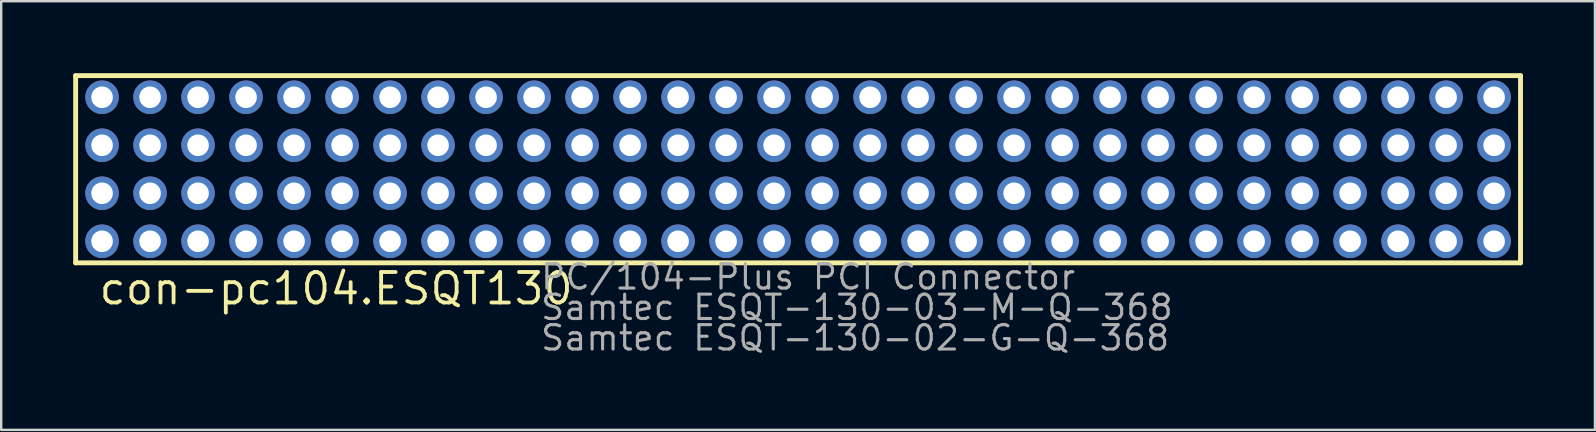
<source format=kicad_pcb>
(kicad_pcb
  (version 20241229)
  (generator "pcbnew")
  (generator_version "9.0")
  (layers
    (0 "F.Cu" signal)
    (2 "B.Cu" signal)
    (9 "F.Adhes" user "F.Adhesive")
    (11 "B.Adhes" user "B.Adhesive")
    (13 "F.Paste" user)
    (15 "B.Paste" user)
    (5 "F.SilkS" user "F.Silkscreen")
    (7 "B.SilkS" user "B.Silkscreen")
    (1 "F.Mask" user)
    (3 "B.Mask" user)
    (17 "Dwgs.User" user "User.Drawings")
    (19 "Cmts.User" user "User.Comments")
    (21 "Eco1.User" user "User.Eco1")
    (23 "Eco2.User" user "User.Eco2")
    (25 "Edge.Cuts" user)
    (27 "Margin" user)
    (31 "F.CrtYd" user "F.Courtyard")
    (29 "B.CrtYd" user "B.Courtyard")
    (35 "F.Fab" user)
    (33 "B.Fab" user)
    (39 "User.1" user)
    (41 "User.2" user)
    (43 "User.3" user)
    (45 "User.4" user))
  (footprint "con-pc104.ESQT130"
    (layer "F.Cu")
    (at 30.202 4.002)
    (property "Reference" "con-pc104.ESQT130" (at -29.21 5.715 0) (layer "F.SilkS") (effects (font (size 1.27 1.27) (thickness 0.16)) (justify left bottom)))
    (attr through_hole)
    (fp_line (start -30.1 -3.9) (end 30.1 -3.9) (stroke (width 0.203) (type default)) (layer "F.SilkS"))
    (fp_line (start -30.1 3.9) (end -30.1 -3.9) (stroke (width 0.203) (type default)) (layer "F.SilkS"))
    (fp_line (start 30.1 -3.9) (end 30.1 3.9) (stroke (width 0.203) (type default)) (layer "F.SilkS"))
    (fp_line (start 30.1 3.9) (end -30.1 3.9) (stroke (width 0.203) (type default)) (layer "F.SilkS"))
    (fp_text user "Samtec ESQT-130-03-M-Q-368" (at -10.795 6.35 0) (layer "F.Fab") (effects (font (size 1.016 1.016) (thickness 0.13)) (justify left bottom)))
    (fp_text user "PC/104-Plus PCI Connector" (at -10.795 5.08 0) (layer "F.Fab") (effects (font (size 1.016 1.016) (thickness 0.13)) (justify left bottom)))
    (fp_text user "Samtec ESQT-130-02-G-Q-368" (at -10.795 7.62 0) (layer "F.Fab") (effects (font (size 1.016 1.016) (thickness 0.13)) (justify left bottom)))
    (pad "A1" thru_hole circle (at -29 3) (size 1.397 1.397) (drill 0.9) (layers "*.Cu" "*.Mask"))
    (pad "A2" thru_hole circle (at -27 3) (size 1.397 1.397) (drill 0.9) (layers "*.Cu" "*.Mask"))
    (pad "A3" thru_hole circle (at -25 3) (size 1.397 1.397) (drill 0.9) (layers "*.Cu" "*.Mask"))
    (pad "A4" thru_hole circle (at -23 3) (size 1.397 1.397) (drill 0.9) (layers "*.Cu" "*.Mask"))
    (pad "A5" thru_hole circle (at -21 3) (size 1.397 1.397) (drill 0.9) (layers "*.Cu" "*.Mask"))
    (pad "A6" thru_hole circle (at -19 3) (size 1.397 1.397) (drill 0.9) (layers "*.Cu" "*.Mask"))
    (pad "A7" thru_hole circle (at -17 3) (size 1.397 1.397) (drill 0.9) (layers "*.Cu" "*.Mask"))
    (pad "A8" thru_hole circle (at -15 3) (size 1.397 1.397) (drill 0.9) (layers "*.Cu" "*.Mask"))
    (pad "A9" thru_hole circle (at -13 3) (size 1.397 1.397) (drill 0.9) (layers "*.Cu" "*.Mask"))
    (pad "A10" thru_hole circle (at -11 3) (size 1.397 1.397) (drill 0.9) (layers "*.Cu" "*.Mask"))
    (pad "A11" thru_hole circle (at -9 3) (size 1.397 1.397) (drill 0.9) (layers "*.Cu" "*.Mask"))
    (pad "A12" thru_hole circle (at -7 3) (size 1.397 1.397) (drill 0.9) (layers "*.Cu" "*.Mask"))
    (pad "A13" thru_hole circle (at -5 3) (size 1.397 1.397) (drill 0.9) (layers "*.Cu" "*.Mask"))
    (pad "A14" thru_hole circle (at -3 3) (size 1.397 1.397) (drill 0.9) (layers "*.Cu" "*.Mask"))
    (pad "A15" thru_hole circle (at -1 3) (size 1.397 1.397) (drill 0.9) (layers "*.Cu" "*.Mask"))
    (pad "A16" thru_hole circle (at 1 3) (size 1.397 1.397) (drill 0.9) (layers "*.Cu" "*.Mask"))
    (pad "A17" thru_hole circle (at 3 3) (size 1.397 1.397) (drill 0.9) (layers "*.Cu" "*.Mask"))
    (pad "A18" thru_hole circle (at 5 3) (size 1.397 1.397) (drill 0.9) (layers "*.Cu" "*.Mask"))
    (pad "A19" thru_hole circle (at 7 3) (size 1.397 1.397) (drill 0.9) (layers "*.Cu" "*.Mask"))
    (pad "A20" thru_hole circle (at 9 3) (size 1.397 1.397) (drill 0.9) (layers "*.Cu" "*.Mask"))
    (pad "A21" thru_hole circle (at 11 3) (size 1.397 1.397) (drill 0.9) (layers "*.Cu" "*.Mask"))
    (pad "A22" thru_hole circle (at 13 3) (size 1.397 1.397) (drill 0.9) (layers "*.Cu" "*.Mask"))
    (pad "A23" thru_hole circle (at 15 3) (size 1.397 1.397) (drill 0.9) (layers "*.Cu" "*.Mask"))
    (pad "A24" thru_hole circle (at 17 3) (size 1.397 1.397) (drill 0.9) (layers "*.Cu" "*.Mask"))
    (pad "A25" thru_hole circle (at 19 3) (size 1.397 1.397) (drill 0.9) (layers "*.Cu" "*.Mask"))
    (pad "A26" thru_hole circle (at 21 3) (size 1.397 1.397) (drill 0.9) (layers "*.Cu" "*.Mask"))
    (pad "A27" thru_hole circle (at 23 3) (size 1.397 1.397) (drill 0.9) (layers "*.Cu" "*.Mask"))
    (pad "A28" thru_hole circle (at 25 3) (size 1.397 1.397) (drill 0.9) (layers "*.Cu" "*.Mask"))
    (pad "A29" thru_hole circle (at 27 3) (size 1.397 1.397) (drill 0.9) (layers "*.Cu" "*.Mask"))
    (pad "A30" thru_hole circle (at 29 3) (size 1.397 1.397) (drill 0.9) (layers "*.Cu" "*.Mask"))
    (pad "B1" thru_hole circle (at -29 1) (size 1.397 1.397) (drill 0.9) (layers "*.Cu" "*.Mask"))
    (pad "B2" thru_hole circle (at -27 1) (size 1.397 1.397) (drill 0.9) (layers "*.Cu" "*.Mask"))
    (pad "B3" thru_hole circle (at -25 1) (size 1.397 1.397) (drill 0.9) (layers "*.Cu" "*.Mask"))
    (pad "B4" thru_hole circle (at -23 1) (size 1.397 1.397) (drill 0.9) (layers "*.Cu" "*.Mask"))
    (pad "B5" thru_hole circle (at -21 1) (size 1.397 1.397) (drill 0.9) (layers "*.Cu" "*.Mask"))
    (pad "B6" thru_hole circle (at -19 1) (size 1.397 1.397) (drill 0.9) (layers "*.Cu" "*.Mask"))
    (pad "B7" thru_hole circle (at -17 1) (size 1.397 1.397) (drill 0.9) (layers "*.Cu" "*.Mask"))
    (pad "B8" thru_hole circle (at -15 1) (size 1.397 1.397) (drill 0.9) (layers "*.Cu" "*.Mask"))
    (pad "B9" thru_hole circle (at -13 1) (size 1.397 1.397) (drill 0.9) (layers "*.Cu" "*.Mask"))
    (pad "B10" thru_hole circle (at -11 1) (size 1.397 1.397) (drill 0.9) (layers "*.Cu" "*.Mask"))
    (pad "B11" thru_hole circle (at -9 1) (size 1.397 1.397) (drill 0.9) (layers "*.Cu" "*.Mask"))
    (pad "B12" thru_hole circle (at -7 1) (size 1.397 1.397) (drill 0.9) (layers "*.Cu" "*.Mask"))
    (pad "B13" thru_hole circle (at -5 1) (size 1.397 1.397) (drill 0.9) (layers "*.Cu" "*.Mask"))
    (pad "B14" thru_hole circle (at -3 1) (size 1.397 1.397) (drill 0.9) (layers "*.Cu" "*.Mask"))
    (pad "B15" thru_hole circle (at -1 1) (size 1.397 1.397) (drill 0.9) (layers "*.Cu" "*.Mask"))
    (pad "B16" thru_hole circle (at 1 1) (size 1.397 1.397) (drill 0.9) (layers "*.Cu" "*.Mask"))
    (pad "B17" thru_hole circle (at 3 1) (size 1.397 1.397) (drill 0.9) (layers "*.Cu" "*.Mask"))
    (pad "B18" thru_hole circle (at 5 1) (size 1.397 1.397) (drill 0.9) (layers "*.Cu" "*.Mask"))
    (pad "B19" thru_hole circle (at 7 1) (size 1.397 1.397) (drill 0.9) (layers "*.Cu" "*.Mask"))
    (pad "B20" thru_hole circle (at 9 1) (size 1.397 1.397) (drill 0.9) (layers "*.Cu" "*.Mask"))
    (pad "B21" thru_hole circle (at 11 1) (size 1.397 1.397) (drill 0.9) (layers "*.Cu" "*.Mask"))
    (pad "B22" thru_hole circle (at 13 1) (size 1.397 1.397) (drill 0.9) (layers "*.Cu" "*.Mask"))
    (pad "B23" thru_hole circle (at 15 1) (size 1.397 1.397) (drill 0.9) (layers "*.Cu" "*.Mask"))
    (pad "B24" thru_hole circle (at 17 1) (size 1.397 1.397) (drill 0.9) (layers "*.Cu" "*.Mask"))
    (pad "B25" thru_hole circle (at 19 1) (size 1.397 1.397) (drill 0.9) (layers "*.Cu" "*.Mask"))
    (pad "B26" thru_hole circle (at 21 1) (size 1.397 1.397) (drill 0.9) (layers "*.Cu" "*.Mask"))
    (pad "B27" thru_hole circle (at 23 1) (size 1.397 1.397) (drill 0.9) (layers "*.Cu" "*.Mask"))
    (pad "B28" thru_hole circle (at 25 1) (size 1.397 1.397) (drill 0.9) (layers "*.Cu" "*.Mask"))
    (pad "B29" thru_hole circle (at 27 1) (size 1.397 1.397) (drill 0.9) (layers "*.Cu" "*.Mask"))
    (pad "B30" thru_hole circle (at 29 1) (size 1.397 1.397) (drill 0.9) (layers "*.Cu" "*.Mask"))
    (pad "C1" thru_hole circle (at -29 -1) (size 1.397 1.397) (drill 0.9) (layers "*.Cu" "*.Mask"))
    (pad "C2" thru_hole circle (at -27 -1) (size 1.397 1.397) (drill 0.9) (layers "*.Cu" "*.Mask"))
    (pad "C3" thru_hole circle (at -25 -1) (size 1.397 1.397) (drill 0.9) (layers "*.Cu" "*.Mask"))
    (pad "C4" thru_hole circle (at -23 -1) (size 1.397 1.397) (drill 0.9) (layers "*.Cu" "*.Mask"))
    (pad "C5" thru_hole circle (at -21 -1) (size 1.397 1.397) (drill 0.9) (layers "*.Cu" "*.Mask"))
    (pad "C6" thru_hole circle (at -19 -1) (size 1.397 1.397) (drill 0.9) (layers "*.Cu" "*.Mask"))
    (pad "C7" thru_hole circle (at -17 -1) (size 1.397 1.397) (drill 0.9) (layers "*.Cu" "*.Mask"))
    (pad "C8" thru_hole circle (at -15 -1) (size 1.397 1.397) (drill 0.9) (layers "*.Cu" "*.Mask"))
    (pad "C9" thru_hole circle (at -13 -1) (size 1.397 1.397) (drill 0.9) (layers "*.Cu" "*.Mask"))
    (pad "C10" thru_hole circle (at -11 -1) (size 1.397 1.397) (drill 0.9) (layers "*.Cu" "*.Mask"))
    (pad "C11" thru_hole circle (at -9 -1) (size 1.397 1.397) (drill 0.9) (layers "*.Cu" "*.Mask"))
    (pad "C12" thru_hole circle (at -7 -1) (size 1.397 1.397) (drill 0.9) (layers "*.Cu" "*.Mask"))
    (pad "C13" thru_hole circle (at -5 -1) (size 1.397 1.397) (drill 0.9) (layers "*.Cu" "*.Mask"))
    (pad "C14" thru_hole circle (at -3 -1) (size 1.397 1.397) (drill 0.9) (layers "*.Cu" "*.Mask"))
    (pad "C15" thru_hole circle (at -1 -1) (size 1.397 1.397) (drill 0.9) (layers "*.Cu" "*.Mask"))
    (pad "C16" thru_hole circle (at 1 -1) (size 1.397 1.397) (drill 0.9) (layers "*.Cu" "*.Mask"))
    (pad "C17" thru_hole circle (at 3 -1) (size 1.397 1.397) (drill 0.9) (layers "*.Cu" "*.Mask"))
    (pad "C18" thru_hole circle (at 5 -1) (size 1.397 1.397) (drill 0.9) (layers "*.Cu" "*.Mask"))
    (pad "C19" thru_hole circle (at 7 -1) (size 1.397 1.397) (drill 0.9) (layers "*.Cu" "*.Mask"))
    (pad "C20" thru_hole circle (at 9 -1) (size 1.397 1.397) (drill 0.9) (layers "*.Cu" "*.Mask"))
    (pad "C21" thru_hole circle (at 11 -1) (size 1.397 1.397) (drill 0.9) (layers "*.Cu" "*.Mask"))
    (pad "C22" thru_hole circle (at 13 -1) (size 1.397 1.397) (drill 0.9) (layers "*.Cu" "*.Mask"))
    (pad "C23" thru_hole circle (at 15 -1) (size 1.397 1.397) (drill 0.9) (layers "*.Cu" "*.Mask"))
    (pad "C24" thru_hole circle (at 17 -1) (size 1.397 1.397) (drill 0.9) (layers "*.Cu" "*.Mask"))
    (pad "C25" thru_hole circle (at 19 -1) (size 1.397 1.397) (drill 0.9) (layers "*.Cu" "*.Mask"))
    (pad "C26" thru_hole circle (at 21 -1) (size 1.397 1.397) (drill 0.9) (layers "*.Cu" "*.Mask"))
    (pad "C27" thru_hole circle (at 23 -1) (size 1.397 1.397) (drill 0.9) (layers "*.Cu" "*.Mask"))
    (pad "C28" thru_hole circle (at 25 -1) (size 1.397 1.397) (drill 0.9) (layers "*.Cu" "*.Mask"))
    (pad "C29" thru_hole circle (at 27 -1) (size 1.397 1.397) (drill 0.9) (layers "*.Cu" "*.Mask"))
    (pad "C30" thru_hole circle (at 29 -1) (size 1.397 1.397) (drill 0.9) (layers "*.Cu" "*.Mask"))
    (pad "D1" thru_hole circle (at -29 -3) (size 1.397 1.397) (drill 0.9) (layers "*.Cu" "*.Mask"))
    (pad "D2" thru_hole circle (at -27 -3) (size 1.397 1.397) (drill 0.9) (layers "*.Cu" "*.Mask"))
    (pad "D3" thru_hole circle (at -25 -3) (size 1.397 1.397) (drill 0.9) (layers "*.Cu" "*.Mask"))
    (pad "D4" thru_hole circle (at -23 -3) (size 1.397 1.397) (drill 0.9) (layers "*.Cu" "*.Mask"))
    (pad "D5" thru_hole circle (at -21 -3) (size 1.397 1.397) (drill 0.9) (layers "*.Cu" "*.Mask"))
    (pad "D6" thru_hole circle (at -19 -3) (size 1.397 1.397) (drill 0.9) (layers "*.Cu" "*.Mask"))
    (pad "D7" thru_hole circle (at -17 -3) (size 1.397 1.397) (drill 0.9) (layers "*.Cu" "*.Mask"))
    (pad "D8" thru_hole circle (at -15 -3) (size 1.397 1.397) (drill 0.9) (layers "*.Cu" "*.Mask"))
    (pad "D9" thru_hole circle (at -13 -3) (size 1.397 1.397) (drill 0.9) (layers "*.Cu" "*.Mask"))
    (pad "D10" thru_hole circle (at -11 -3) (size 1.397 1.397) (drill 0.9) (layers "*.Cu" "*.Mask"))
    (pad "D11" thru_hole circle (at -9 -3) (size 1.397 1.397) (drill 0.9) (layers "*.Cu" "*.Mask"))
    (pad "D12" thru_hole circle (at -7 -3) (size 1.397 1.397) (drill 0.9) (layers "*.Cu" "*.Mask"))
    (pad "D13" thru_hole circle (at -5 -3) (size 1.397 1.397) (drill 0.9) (layers "*.Cu" "*.Mask"))
    (pad "D14" thru_hole circle (at -3 -3) (size 1.397 1.397) (drill 0.9) (layers "*.Cu" "*.Mask"))
    (pad "D15" thru_hole circle (at -1 -3) (size 1.397 1.397) (drill 0.9) (layers "*.Cu" "*.Mask"))
    (pad "D16" thru_hole circle (at 1 -3) (size 1.397 1.397) (drill 0.9) (layers "*.Cu" "*.Mask"))
    (pad "D17" thru_hole circle (at 3 -3) (size 1.397 1.397) (drill 0.9) (layers "*.Cu" "*.Mask"))
    (pad "D18" thru_hole circle (at 5 -3) (size 1.397 1.397) (drill 0.9) (layers "*.Cu" "*.Mask"))
    (pad "D19" thru_hole circle (at 7 -3) (size 1.397 1.397) (drill 0.9) (layers "*.Cu" "*.Mask"))
    (pad "D20" thru_hole circle (at 9 -3) (size 1.397 1.397) (drill 0.9) (layers "*.Cu" "*.Mask"))
    (pad "D21" thru_hole circle (at 11 -3) (size 1.397 1.397) (drill 0.9) (layers "*.Cu" "*.Mask"))
    (pad "D22" thru_hole circle (at 13 -3) (size 1.397 1.397) (drill 0.9) (layers "*.Cu" "*.Mask"))
    (pad "D23" thru_hole circle (at 15 -3) (size 1.397 1.397) (drill 0.9) (layers "*.Cu" "*.Mask"))
    (pad "D24" thru_hole circle (at 17 -3) (size 1.397 1.397) (drill 0.9) (layers "*.Cu" "*.Mask"))
    (pad "D25" thru_hole circle (at 19 -3) (size 1.397 1.397) (drill 0.9) (layers "*.Cu" "*.Mask"))
    (pad "D26" thru_hole circle (at 21 -3) (size 1.397 1.397) (drill 0.9) (layers "*.Cu" "*.Mask"))
    (pad "D27" thru_hole circle (at 23 -3) (size 1.397 1.397) (drill 0.9) (layers "*.Cu" "*.Mask"))
    (pad "D28" thru_hole circle (at 25 -3) (size 1.397 1.397) (drill 0.9) (layers "*.Cu" "*.Mask"))
    (pad "D29" thru_hole circle (at 27 -3) (size 1.397 1.397) (drill 0.9) (layers "*.Cu" "*.Mask"))
    (pad "D30" thru_hole circle (at 29 -3) (size 1.397 1.397) (drill 0.9) (layers "*.Cu" "*.Mask")))
  (gr_rect
    (start -3 -3)
    (end 63.403 14.861)
    (stroke (width 0.1) (type default))
    (fill no)
    (layer "Edge.Cuts")))
</source>
